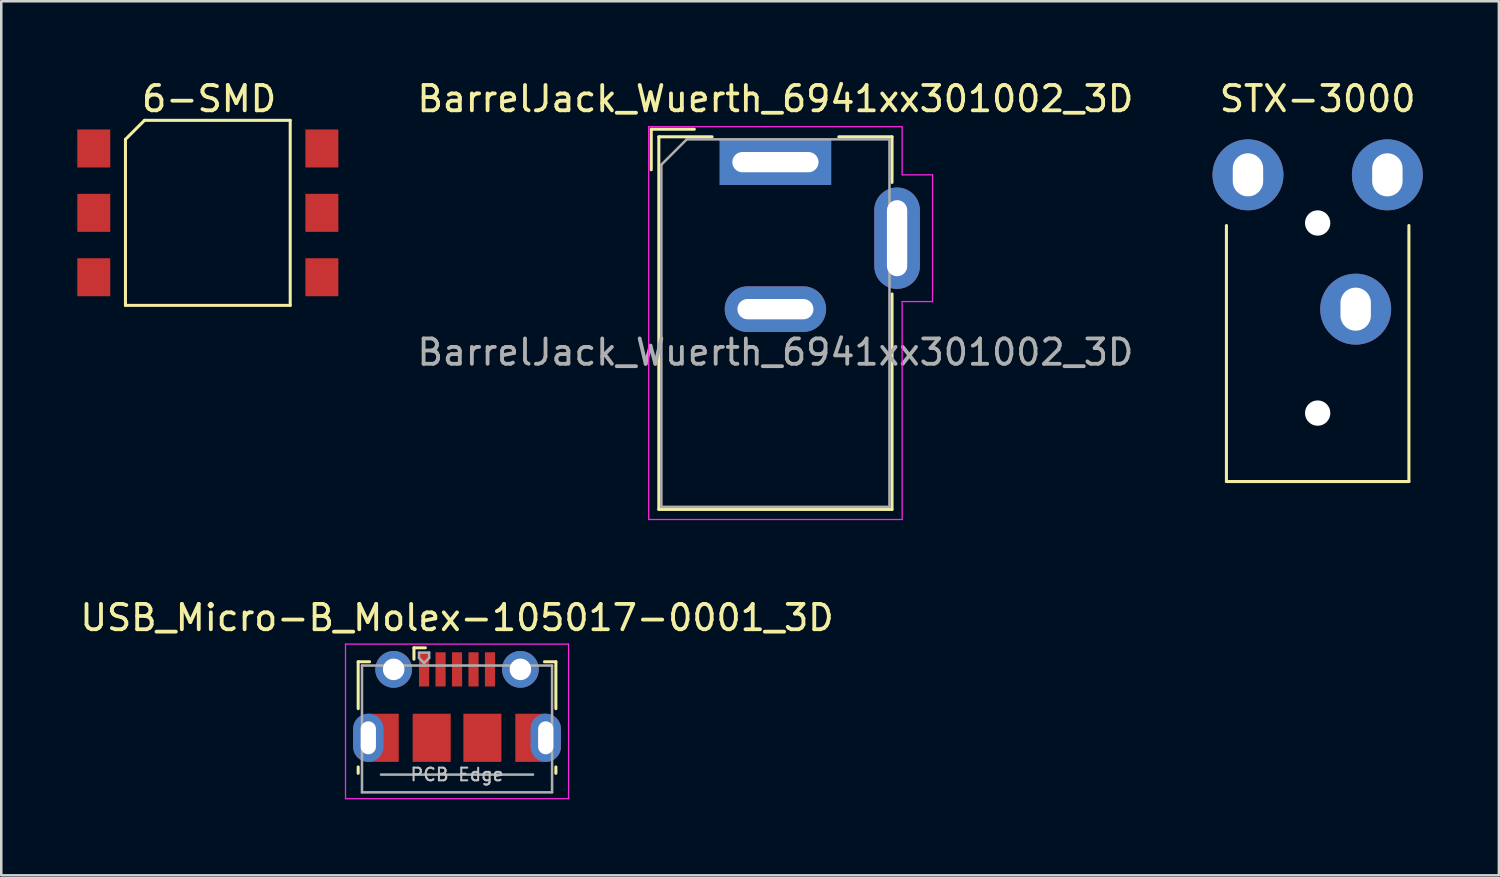
<source format=kicad_pcb>
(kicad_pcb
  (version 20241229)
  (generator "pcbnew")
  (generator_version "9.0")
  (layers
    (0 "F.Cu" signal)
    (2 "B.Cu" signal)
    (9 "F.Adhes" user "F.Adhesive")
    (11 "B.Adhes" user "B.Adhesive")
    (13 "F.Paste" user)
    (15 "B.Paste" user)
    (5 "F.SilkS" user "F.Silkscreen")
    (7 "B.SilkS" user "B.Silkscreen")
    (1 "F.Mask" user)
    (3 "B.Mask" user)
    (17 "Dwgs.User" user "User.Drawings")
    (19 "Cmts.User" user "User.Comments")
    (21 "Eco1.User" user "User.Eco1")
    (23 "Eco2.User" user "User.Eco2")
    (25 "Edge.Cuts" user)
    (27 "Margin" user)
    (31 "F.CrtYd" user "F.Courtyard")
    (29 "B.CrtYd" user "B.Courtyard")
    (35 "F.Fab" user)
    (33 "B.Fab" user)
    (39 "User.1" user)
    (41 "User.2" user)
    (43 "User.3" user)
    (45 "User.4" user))
  (footprint "USB_Micro-B_Molex-105017-0001_3D"
    (layer "F.Cu")
    (at 14.982 24.822)
    (property "Reference" "USB_Micro-B_Molex-105017-0001_3D" (at 0 -3.5 0) (layer "F.SilkS") (effects (font (size 1 1) (thickness 0.15))))
    (attr through_hole)
    (fp_line (start -3.9 -1.762) (end -3.45 -1.762) (stroke (width 0.12) (type solid)) (layer "F.SilkS"))
    (fp_line (start -3.9 0.087) (end -3.9 -1.762) (stroke (width 0.12) (type solid)) (layer "F.SilkS"))
    (fp_line (start -3.9 2.638) (end -3.9 2.388) (stroke (width 0.12) (type solid)) (layer "F.SilkS"))
    (fp_line (start -1.7 -2.312) (end -1.7 -1.863) (stroke (width 0.12) (type solid)) (layer "F.SilkS"))
    (fp_line (start -1.7 -2.312) (end -1.25 -2.312) (stroke (width 0.12) (type solid)) (layer "F.SilkS"))
    (fp_line (start 3.9 -1.762) (end 3.45 -1.762) (stroke (width 0.12) (type solid)) (layer "F.SilkS"))
    (fp_line (start 3.9 0.087) (end 3.9 -1.762) (stroke (width 0.12) (type solid)) (layer "F.SilkS"))
    (fp_line (start 3.9 2.638) (end 3.9 2.388) (stroke (width 0.12) (type solid)) (layer "F.SilkS"))
    (fp_line (start -4.4 -2.46) (end 4.4 -2.46) (stroke (width 0.05) (type solid)) (layer "F.CrtYd"))
    (fp_line (start -4.4 3.64) (end -4.4 -2.46) (stroke (width 0.05) (type solid)) (layer "F.CrtYd"))
    (fp_line (start -4.4 3.64) (end 4.4 3.64) (stroke (width 0.05) (type solid)) (layer "F.CrtYd"))
    (fp_line (start 4.4 -2.46) (end 4.4 3.64) (stroke (width 0.05) (type solid)) (layer "F.CrtYd"))
    (fp_line (start -3.75 -1.613) (end 3.75 -1.613) (stroke (width 0.1) (type solid)) (layer "F.Fab"))
    (fp_line (start -3.75 3.388) (end -3.75 -1.613) (stroke (width 0.1) (type solid)) (layer "F.Fab"))
    (fp_line (start -3.75 3.389) (end 3.75 3.389) (stroke (width 0.1) (type solid)) (layer "F.Fab"))
    (fp_line (start -3 2.689) (end 3 2.689) (stroke (width 0.1) (type solid)) (layer "F.Fab"))
    (fp_line (start -1.5 -2.123) (end -1.5 -1.913) (stroke (width 0.1) (type solid)) (layer "F.Fab"))
    (fp_line (start -1.5 -2.123) (end -1.1 -2.123) (stroke (width 0.1) (type solid)) (layer "F.Fab"))
    (fp_line (start -1.3 -1.712) (end -1.5 -1.913) (stroke (width 0.1) (type solid)) (layer "F.Fab"))
    (fp_line (start -1.1 -2.123) (end -1.1 -1.913) (stroke (width 0.1) (type solid)) (layer "F.Fab"))
    (fp_line (start -1.1 -1.913) (end -1.3 -1.712) (stroke (width 0.1) (type solid)) (layer "F.Fab"))
    (fp_line (start 3.75 3.388) (end 3.75 -1.613) (stroke (width 0.1) (type solid)) (layer "F.Fab"))
    (fp_text user "PCB Edge" (at 0 2.688 0) (layer "Dwgs.User") (effects (font (size 0.5 0.5) (thickness 0.08))))
    (pad "1" smd rect (at -1.3 -1.462) (size 0.4 1.35) (layers "F.Cu" "F.Mask" "F.Paste"))
    (pad "2" smd rect (at -0.65 -1.462) (size 0.4 1.35) (layers "F.Cu" "F.Mask" "F.Paste"))
    (pad "3" smd rect (at 0 -1.462) (size 0.4 1.35) (layers "F.Cu" "F.Mask" "F.Paste"))
    (pad "4" smd rect (at 0.65 -1.462) (size 0.4 1.35) (layers "F.Cu" "F.Mask" "F.Paste"))
    (pad "5" smd rect (at 1.3 -1.462) (size 0.4 1.35) (layers "F.Cu" "F.Mask" "F.Paste"))
    (pad "6" thru_hole oval (at -3.5 1.238 180) (size 1.2 1.9) (drill oval 0.6 1.3) (layers "*.Cu" "*.Mask"))
    (pad "6" smd rect (at -2.9 1.238) (size 1.2 1.9) (layers "F.Cu" "F.Mask"))
    (pad "6" thru_hole circle (at -2.5 -1.462) (size 1.45 1.45) (drill 0.85) (layers "*.Cu" "*.Mask"))
    (pad "6" smd rect (at -1 1.238) (size 1.5 1.9) (layers "F.Cu" "F.Mask" "F.Paste"))
    (pad "6" smd rect (at 1 1.238) (size 1.5 1.9) (layers "F.Cu" "F.Mask" "F.Paste"))
    (pad "6" thru_hole circle (at 2.5 -1.462) (size 1.45 1.45) (drill 0.85) (layers "*.Cu" "*.Mask"))
    (pad "6" smd rect (at 2.9 1.238) (size 1.2 1.9) (layers "F.Cu" "F.Mask"))
    (pad "6" thru_hole oval (at 3.5 1.238) (size 1.2 1.9) (drill oval 0.6 1.3) (layers "*.Cu" "*.Mask")))
  (footprint "6-SMD"
    (layer "F.Cu")
    (at 5.15 5.348)
    (property "Reference" "6-SMD" (at 0.05 -4.5 0) (layer "F.SilkS") (effects (font (size 1 1) (thickness 0.15))))
    (attr through_hole)
    (fp_line (start -3.25 3.65) (end -3.25 -2.9) (stroke (width 0.12) (type solid)) (layer "F.SilkS"))
    (fp_line (start -2.5 -3.65) (end -3.25 -2.9) (stroke (width 0.12) (type solid)) (layer "F.SilkS"))
    (fp_line (start 3.25 -3.65) (end -2.5 -3.65) (stroke (width 0.12) (type solid)) (layer "F.SilkS"))
    (fp_line (start 3.25 -3.65) (end 3.25 3.65) (stroke (width 0.12) (type solid)) (layer "F.SilkS"))
    (fp_line (start 3.25 3.65) (end -3.25 3.65) (stroke (width 0.12) (type solid)) (layer "F.SilkS"))
    (pad "1" smd rect (at -4.5 -2.54) (size 1.3 1.5) (layers "F.Cu" "F.Mask" "F.Paste"))
    (pad "2" smd rect (at -4.5 0) (size 1.3 1.5) (layers "F.Cu" "F.Mask" "F.Paste"))
    (pad "3" smd rect (at -4.5 2.54) (size 1.3 1.5) (layers "F.Cu" "F.Mask" "F.Paste"))
    (pad "4" smd rect (at 4.5 2.54) (size 1.3 1.5) (layers "F.Cu" "F.Mask" "F.Paste"))
    (pad "5" smd rect (at 4.5 0) (size 1.3 1.5) (layers "F.Cu" "F.Mask" "F.Paste"))
    (pad "6" smd rect (at 4.5 -2.54) (size 1.3 1.5) (layers "F.Cu" "F.Mask" "F.Paste")))
  (footprint "STX-3000"
    (layer "F.Cu")
    (at 48.938 3.848)
    (property "Reference" "STX-3000" (at 0 -3 0) (layer "F.SilkS") (effects (font (size 1 1) (thickness 0.15))))
    (attr through_hole)
    (fp_line (start -3.6 12.1) (end -3.6 2) (stroke (width 0.12) (type solid)) (layer "F.SilkS"))
    (fp_line (start -3.6 12.1) (end 3.6 12.1) (stroke (width 0.12) (type solid)) (layer "F.SilkS"))
    (fp_line (start 3.6 12.1) (end 3.6 2) (stroke (width 0.12) (type solid)) (layer "F.SilkS"))
    (pad "" np_thru_hole circle (at 0 1.9) (size 1 1) (drill 1) (layers "*.Cu" "*.Mask"))
    (pad "" np_thru_hole circle (at 0 9.4) (size 1 1) (drill 1) (layers "*.Cu" "*.Mask"))
    (pad "R" thru_hole circle (at 2.75 0) (size 2.8 2.8) (drill oval 1.2 1.7) (layers "*.Cu" "*.Mask"))
    (pad "S" thru_hole circle (at 1.5 5.3) (size 2.8 2.8) (drill oval 1.2 1.7) (layers "*.Cu" "*.Mask"))
    (pad "T" thru_hole circle (at -2.75 0) (size 2.8 2.8) (drill oval 1.2 1.7) (layers "*.Cu" "*.Mask")))
  (footprint "BarrelJack_Wuerth_6941xx301002_3D"
    (layer "F.Cu")
    (at 27.544 3.348)
    (property "Reference" "BarrelJack_Wuerth_6941xx301002_3D" (at 0 -2.5 0) (layer "F.SilkS") (effects (font (size 1 1) (thickness 0.15))))
    (attr through_hole)
    (fp_line (start -4.9 -1.3) (end -4.9 0.3) (stroke (width 0.12) (type solid)) (layer "F.SilkS"))
    (fp_line (start -4.6 -1) (end -2.5 -1) (stroke (width 0.12) (type solid)) (layer "F.SilkS"))
    (fp_line (start -4.6 13.7) (end -4.6 -1) (stroke (width 0.12) (type solid)) (layer "F.SilkS"))
    (fp_line (start -3.2 -1.3) (end -4.9 -1.3) (stroke (width 0.12) (type solid)) (layer "F.SilkS"))
    (fp_line (start 2.5 -1) (end 4.6 -1) (stroke (width 0.12) (type solid)) (layer "F.SilkS"))
    (fp_line (start 4.6 -1) (end 4.6 0.8) (stroke (width 0.12) (type solid)) (layer "F.SilkS"))
    (fp_line (start 4.6 5.2) (end 4.6 13.7) (stroke (width 0.12) (type solid)) (layer "F.SilkS"))
    (fp_line (start 4.6 13.7) (end -4.6 13.7) (stroke (width 0.12) (type solid)) (layer "F.SilkS"))
    (fp_line (start -5 -1.4) (end -5 14.1) (stroke (width 0.05) (type solid)) (layer "F.CrtYd"))
    (fp_line (start -5 14.1) (end 5 14.1) (stroke (width 0.05) (type solid)) (layer "F.CrtYd"))
    (fp_line (start 5 -1.4) (end -5 -1.4) (stroke (width 0.05) (type solid)) (layer "F.CrtYd"))
    (fp_line (start 5 0.5) (end 5 -1.4) (stroke (width 0.05) (type solid)) (layer "F.CrtYd"))
    (fp_line (start 5 14.1) (end 5 5.5) (stroke (width 0.05) (type solid)) (layer "F.CrtYd"))
    (fp_line (start 6.2 0.5) (end 5 0.5) (stroke (width 0.05) (type solid)) (layer "F.CrtYd"))
    (fp_line (start 6.2 0.5) (end 6.2 5.5) (stroke (width 0.05) (type solid)) (layer "F.CrtYd"))
    (fp_line (start 6.2 5.5) (end 5 5.5) (stroke (width 0.05) (type solid)) (layer "F.CrtYd"))
    (fp_line (start -4.5 0.1) (end -3.5 -0.9) (stroke (width 0.1) (type solid)) (layer "F.Fab"))
    (fp_line (start -4.5 13.6) (end -4.5 0.1) (stroke (width 0.1) (type solid)) (layer "F.Fab"))
    (fp_line (start 4.5 -0.9) (end -3.5 -0.9) (stroke (width 0.1) (type solid)) (layer "F.Fab"))
    (fp_line (start 4.5 -0.9) (end 4.5 13.6) (stroke (width 0.1) (type solid)) (layer "F.Fab"))
    (fp_line (start 4.5 13.6) (end -4.5 13.6) (stroke (width 0.1) (type solid)) (layer "F.Fab"))
    (fp_text user "${REFERENCE}" (at 0 7.5 0) (layer "F.Fab") (effects (font (size 1 1) (thickness 0.15))))
    (pad "1" thru_hole rect (at 0 0) (size 4.4 1.8) (drill oval 3.4 0.8) (layers "*.Cu" "*.Mask"))
    (pad "2" thru_hole oval (at 0 5.8) (size 4 1.8) (drill oval 3 0.8) (layers "*.Cu" "*.Mask"))
    (pad "3" thru_hole oval (at 4.8 3 90) (size 4 1.8) (drill oval 3 0.8) (layers "*.Cu" "*.Mask")))
  (gr_rect
    (start -3 -3)
    (end 56.088 31.486)
    (stroke (width 0.1) (type default))
    (fill no)
    (layer "Edge.Cuts")))
</source>
